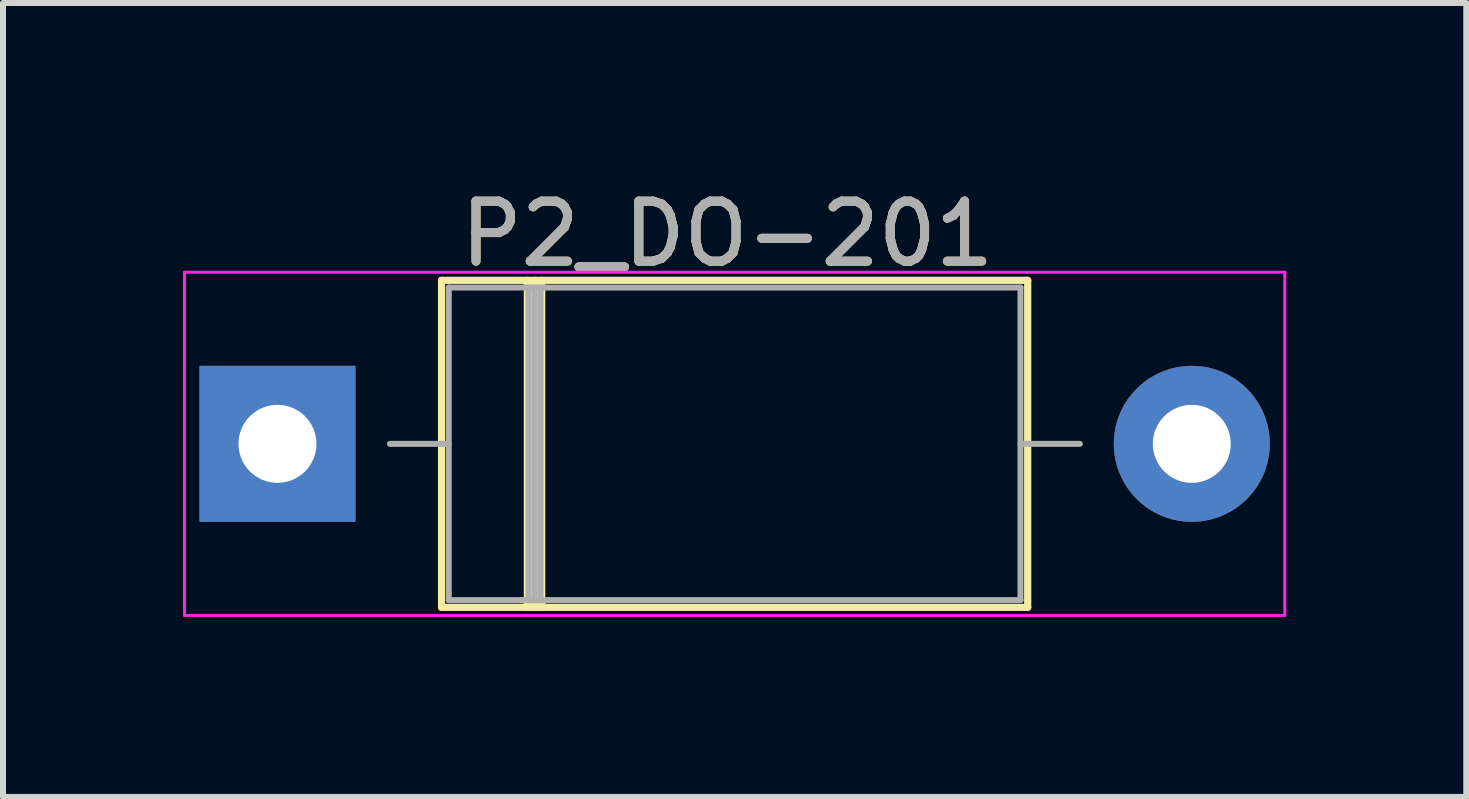
<source format=kicad_pcb>
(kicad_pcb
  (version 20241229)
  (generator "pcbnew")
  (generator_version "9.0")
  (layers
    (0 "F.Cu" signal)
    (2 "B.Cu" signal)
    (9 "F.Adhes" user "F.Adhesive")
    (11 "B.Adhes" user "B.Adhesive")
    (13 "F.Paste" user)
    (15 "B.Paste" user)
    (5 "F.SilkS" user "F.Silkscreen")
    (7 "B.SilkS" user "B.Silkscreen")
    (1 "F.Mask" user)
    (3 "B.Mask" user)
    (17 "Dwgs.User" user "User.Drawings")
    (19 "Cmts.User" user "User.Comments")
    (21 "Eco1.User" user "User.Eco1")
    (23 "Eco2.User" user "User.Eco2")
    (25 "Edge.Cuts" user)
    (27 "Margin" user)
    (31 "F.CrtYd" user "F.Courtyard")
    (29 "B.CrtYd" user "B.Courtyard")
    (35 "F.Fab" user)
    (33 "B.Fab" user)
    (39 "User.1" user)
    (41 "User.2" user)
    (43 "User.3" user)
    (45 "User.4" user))
  (footprint "P2_DO-201"
    (layer "F.Cu")
    (at 1.575 4.348)
    (property "Reference" "P2_DO-201" (at 7.5 -3.5 0) (layer "F.SilkS") (effects (font (size 1 1) (thickness 0.15))))
    (attr through_hole)
    (fp_line (start 2.735 -2.725) (end 2.735 2.725) (stroke (width 0.12) (type solid)) (layer "F.SilkS"))
    (fp_line (start 2.735 2.725) (end 12.505 2.725) (stroke (width 0.12) (type solid)) (layer "F.SilkS"))
    (fp_line (start 4.165 -2.725) (end 4.165 2.725) (stroke (width 0.12) (type solid)) (layer "F.SilkS"))
    (fp_line (start 4.285 -2.725) (end 4.285 2.725) (stroke (width 0.12) (type solid)) (layer "F.SilkS"))
    (fp_line (start 4.404 -2.725) (end 4.404 2.725) (stroke (width 0.12) (type solid)) (layer "F.SilkS"))
    (fp_line (start 12.505 -2.725) (end 2.735 -2.725) (stroke (width 0.12) (type solid)) (layer "F.SilkS"))
    (fp_line (start 12.505 -2.725) (end 12.505 2.725) (stroke (width 0.12) (type solid)) (layer "F.SilkS"))
    (fp_line (start -1.55 -2.86) (end -1.55 2.86) (stroke (width 0.05) (type solid)) (layer "F.CrtYd"))
    (fp_line (start -1.55 2.86) (end 16.79 2.86) (stroke (width 0.05) (type solid)) (layer "F.CrtYd"))
    (fp_line (start 16.79 -2.86) (end -1.55 -2.86) (stroke (width 0.05) (type solid)) (layer "F.CrtYd"))
    (fp_line (start 16.79 2.86) (end 16.79 -2.86) (stroke (width 0.05) (type solid)) (layer "F.CrtYd"))
    (fp_line (start 1.875 0) (end 2.855 0) (stroke (width 0.1) (type solid)) (layer "F.Fab"))
    (fp_line (start 2.855 -2.605) (end 2.855 2.605) (stroke (width 0.1) (type solid)) (layer "F.Fab"))
    (fp_line (start 2.855 2.605) (end 12.385 2.605) (stroke (width 0.1) (type solid)) (layer "F.Fab"))
    (fp_line (start 4.184 -2.605) (end 4.184 2.605) (stroke (width 0.1) (type solid)) (layer "F.Fab"))
    (fp_line (start 4.285 -2.605) (end 4.285 2.605) (stroke (width 0.1) (type solid)) (layer "F.Fab"))
    (fp_line (start 4.385 -2.605) (end 4.385 2.605) (stroke (width 0.1) (type solid)) (layer "F.Fab"))
    (fp_line (start 12.385 -2.605) (end 2.855 -2.605) (stroke (width 0.1) (type solid)) (layer "F.Fab"))
    (fp_line (start 12.385 2.605) (end 12.385 -2.605) (stroke (width 0.1) (type solid)) (layer "F.Fab"))
    (fp_line (start 13.375 0) (end 12.385 0) (stroke (width 0.1) (type solid)) (layer "F.Fab"))
    (fp_text user "${REFERENCE}" (at 7.5 -3.5 0) (layer "F.Fab") (effects (font (size 1 1) (thickness 0.15))))
    (pad "1" thru_hole rect (at 0 0) (size 2.6 2.6) (drill 1.3) (layers "*.Cu" "*.Mask"))
    (pad "2" thru_hole oval (at 15.24 0) (size 2.6 2.6) (drill 1.3) (layers "*.Cu" "*.Mask")))
  (gr_rect
    (start -3 -3)
    (end 21.39 10.233)
    (stroke (width 0.1) (type default))
    (fill no)
    (layer "Edge.Cuts")))
</source>
